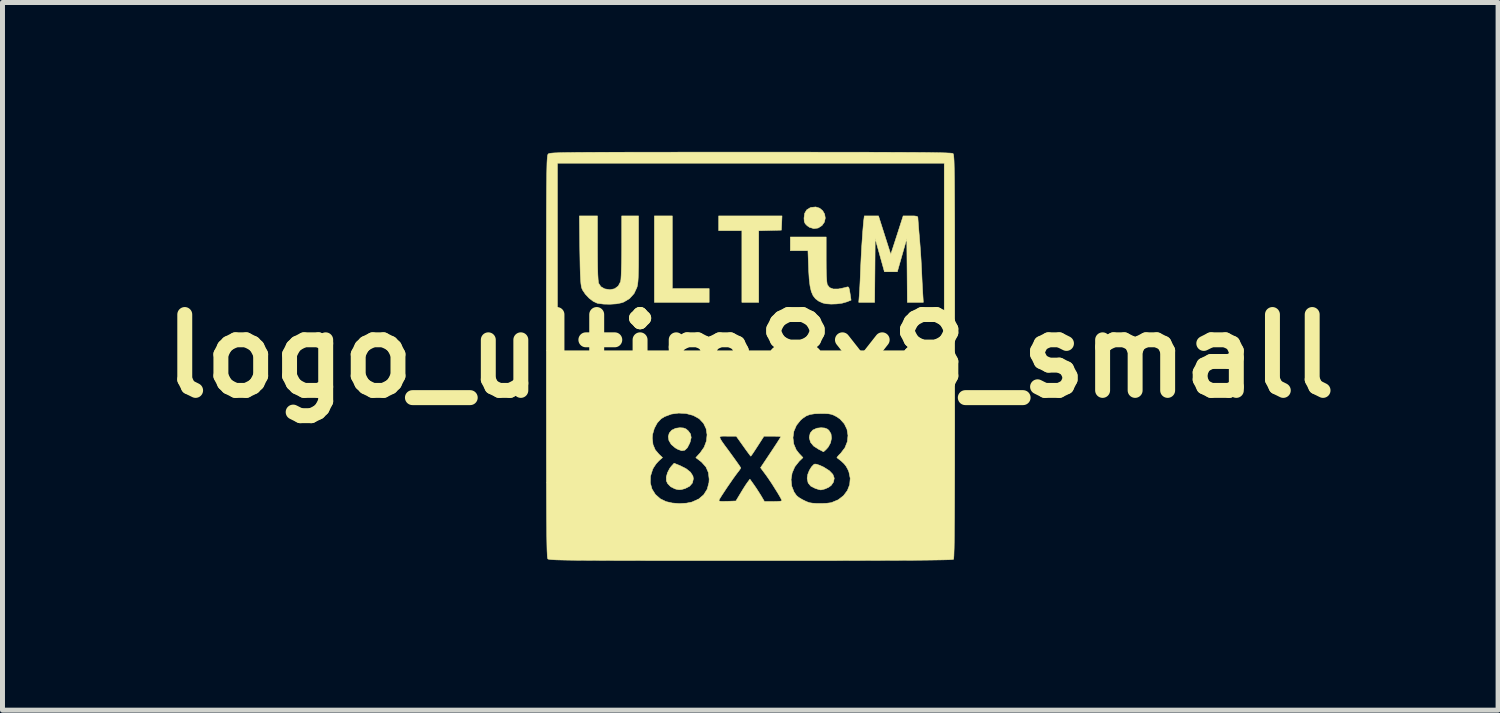
<source format=kicad_pcb>
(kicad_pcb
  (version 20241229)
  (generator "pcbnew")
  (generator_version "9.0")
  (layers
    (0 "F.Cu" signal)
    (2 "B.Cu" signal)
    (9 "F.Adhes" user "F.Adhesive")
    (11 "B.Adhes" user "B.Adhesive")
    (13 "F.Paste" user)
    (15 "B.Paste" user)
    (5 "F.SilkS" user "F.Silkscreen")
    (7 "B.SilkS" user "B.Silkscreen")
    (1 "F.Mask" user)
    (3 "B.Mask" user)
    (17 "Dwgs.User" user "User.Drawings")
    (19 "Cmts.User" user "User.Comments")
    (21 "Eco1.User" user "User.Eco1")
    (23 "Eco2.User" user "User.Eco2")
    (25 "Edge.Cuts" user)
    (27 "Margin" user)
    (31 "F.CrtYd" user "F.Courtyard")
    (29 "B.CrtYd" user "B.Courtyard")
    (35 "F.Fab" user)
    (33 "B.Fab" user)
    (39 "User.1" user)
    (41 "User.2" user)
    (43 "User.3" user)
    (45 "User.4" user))
  (footprint "logo_ultim8x8_small"
    (layer "F.Cu")
    (at 12.018 4.101)
    (property "Reference" "logo_ultim8x8_small" (at 0 0 0) (layer "F.SilkS") (effects (font (size 1.524 1.524) (thickness 0.3))))
    (attr through_hole)
    (fp_poly (pts (xy -1.566 -1.355) (xy -0.826 -1.355) (xy -0.826 -1.079) (xy -1.926 -1.079) (xy -1.926 -2.815) (xy -1.566 -2.815) (xy -1.566 -1.355)) (stroke (width 0.01) (type solid)) (fill yes) (layer "F.SilkS"))
    (fp_poly (pts (xy 0.631 -2.672) (xy 0.624 -2.529) (xy 0.169 -2.517) (xy 0.169 -1.079) (xy -0.169 -1.079) (xy -0.169 -2.519) (xy -0.635 -2.519) (xy -0.635 -2.815) (xy 0.637 -2.815) (xy 0.631 -2.672)) (stroke (width 0.01) (type solid)) (fill yes) (layer "F.SilkS"))
    (fp_poly (pts (xy 1.393 -2.97) (xy 1.454 -2.919) (xy 1.493 -2.851) (xy 1.506 -2.772) (xy 1.489 -2.692) (xy 1.441 -2.623) (xy 1.363 -2.572) (xy 1.276 -2.56) (xy 1.189 -2.586) (xy 1.145 -2.616) (xy 1.103 -2.658) (xy 1.084 -2.703) (xy 1.079 -2.77) (xy 1.092 -2.867) (xy 1.132 -2.935) (xy 1.202 -2.979) (xy 1.225 -2.986) (xy 1.315 -2.995) (xy 1.393 -2.97)) (stroke (width 0.01) (type solid)) (fill yes) (layer "F.SilkS"))
    (fp_poly (pts (xy 1.495 1.445) (xy 1.546 1.465) (xy 1.578 1.491) (xy 1.621 1.562) (xy 1.631 1.648) (xy 1.612 1.741) (xy 1.564 1.829) (xy 1.521 1.877) (xy 1.471 1.922) (xy 1.373 1.872) (xy 1.271 1.806) (xy 1.21 1.731) (xy 1.186 1.645) (xy 1.185 1.629) (xy 1.204 1.546) (xy 1.256 1.485) (xy 1.339 1.448) (xy 1.421 1.439) (xy 1.495 1.445)) (stroke (width 0.01) (type solid)) (fill yes) (layer "F.SilkS"))
    (fp_poly (pts (xy -1.342 1.444) (xy -1.292 1.463) (xy -1.247 1.501) (xy -1.2 1.565) (xy -1.187 1.636) (xy -1.207 1.723) (xy -1.218 1.751) (xy -1.264 1.841) (xy -1.315 1.89) (xy -1.375 1.901) (xy -1.451 1.875) (xy -1.507 1.843) (xy -1.588 1.774) (xy -1.634 1.696) (xy -1.647 1.618) (xy -1.627 1.546) (xy -1.577 1.488) (xy -1.498 1.45) (xy -1.414 1.439) (xy -1.342 1.444)) (stroke (width 0.01) (type solid)) (fill yes) (layer "F.SilkS"))
    (fp_poly (pts (xy -1.409 2.201) (xy -1.287 2.263) (xy -1.2 2.333) (xy -1.152 2.41) (xy -1.143 2.464) (xy -1.162 2.548) (xy -1.219 2.614) (xy -1.309 2.66) (xy -1.326 2.665) (xy -1.388 2.681) (xy -1.431 2.684) (xy -1.478 2.676) (xy -1.514 2.666) (xy -1.597 2.625) (xy -1.659 2.562) (xy -1.685 2.506) (xy -1.687 2.429) (xy -1.662 2.34) (xy -1.617 2.254) (xy -1.59 2.218) (xy -1.53 2.152) (xy -1.409 2.201)) (stroke (width 0.01) (type solid)) (fill yes) (layer "F.SilkS"))
    (fp_poly (pts (xy 1.332 2.172) (xy 1.395 2.194) (xy 1.472 2.229) (xy 1.48 2.234) (xy 1.59 2.304) (xy 1.659 2.377) (xy 1.686 2.453) (xy 1.671 2.53) (xy 1.624 2.598) (xy 1.572 2.636) (xy 1.5 2.668) (xy 1.429 2.686) (xy 1.408 2.687) (xy 1.376 2.68) (xy 1.322 2.663) (xy 1.302 2.656) (xy 1.214 2.611) (xy 1.162 2.548) (xy 1.143 2.462) (xy 1.143 2.447) (xy 1.155 2.374) (xy 1.186 2.296) (xy 1.228 2.227) (xy 1.274 2.179) (xy 1.296 2.168) (xy 1.332 2.172)) (stroke (width 0.01) (type solid)) (fill yes) (layer "F.SilkS"))
    (fp_poly (pts (xy 1.524 -1.938) (xy 1.525 -1.753) (xy 1.529 -1.608) (xy 1.536 -1.505) (xy 1.544 -1.443) (xy 1.549 -1.43) (xy 1.593 -1.375) (xy 1.665 -1.347) (xy 1.766 -1.347) (xy 1.897 -1.374) (xy 1.938 -1.386) (xy 1.962 -1.39) (xy 1.978 -1.377) (xy 1.99 -1.338) (xy 2.002 -1.267) (xy 2.003 -1.262) (xy 2.024 -1.123) (xy 1.938 -1.089) (xy 1.848 -1.063) (xy 1.739 -1.048) (xy 1.624 -1.044) (xy 1.521 -1.051) (xy 1.453 -1.067) (xy 1.373 -1.104) (xy 1.31 -1.151) (xy 1.261 -1.214) (xy 1.225 -1.297) (xy 1.2 -1.407) (xy 1.183 -1.547) (xy 1.172 -1.724) (xy 1.171 -1.762) (xy 1.158 -2.117) (xy 0.804 -2.117) (xy 0.804 -2.392) (xy 1.524 -2.392) (xy 1.524 -1.938)) (stroke (width 0.01) (type solid)) (fill yes) (layer "F.SilkS"))
    (fp_poly (pts (xy 2.698 -2.429) (xy 2.821 -2.043) (xy 2.946 -2.429) (xy 3.07 -2.815) (xy 3.218 -2.815) (xy 3.296 -2.814) (xy 3.341 -2.808) (xy 3.362 -2.796) (xy 3.366 -2.778) (xy 3.368 -2.745) (xy 3.373 -2.678) (xy 3.38 -2.585) (xy 3.389 -2.473) (xy 3.396 -2.392) (xy 3.408 -2.245) (xy 3.42 -2.084) (xy 3.43 -1.926) (xy 3.437 -1.789) (xy 3.439 -1.757) (xy 3.445 -1.628) (xy 3.451 -1.493) (xy 3.458 -1.368) (xy 3.463 -1.275) (xy 3.475 -1.079) (xy 3.154 -1.079) (xy 3.149 -1.719) (xy 3.143 -2.358) (xy 3.048 -2.026) (xy 2.953 -1.693) (xy 2.823 -1.693) (xy 2.694 -1.693) (xy 2.508 -2.36) (xy 2.503 -1.72) (xy 2.497 -1.079) (xy 2.178 -1.079) (xy 2.189 -1.222) (xy 2.194 -1.297) (xy 2.2 -1.401) (xy 2.206 -1.523) (xy 2.211 -1.649) (xy 2.212 -1.683) (xy 2.219 -1.839) (xy 2.227 -2.005) (xy 2.236 -2.173) (xy 2.247 -2.335) (xy 2.257 -2.482) (xy 2.267 -2.605) (xy 2.275 -2.697) (xy 2.277 -2.715) (xy 2.29 -2.815) (xy 2.575 -2.815) (xy 2.698 -2.429)) (stroke (width 0.01) (type solid)) (fill yes) (layer "F.SilkS"))
    (fp_poly (pts (xy -3.069 -2.173) (xy -3.068 -1.96) (xy -3.066 -1.782) (xy -3.062 -1.641) (xy -3.056 -1.539) (xy -3.049 -1.477) (xy -3.046 -1.463) (xy -3.001 -1.394) (xy -2.925 -1.35) (xy -2.824 -1.334) (xy -2.819 -1.333) (xy -2.725 -1.352) (xy -2.652 -1.406) (xy -2.607 -1.491) (xy -2.604 -1.499) (xy -2.598 -1.542) (xy -2.593 -1.622) (xy -2.589 -1.734) (xy -2.585 -1.873) (xy -2.583 -2.034) (xy -2.582 -2.196) (xy -2.582 -2.815) (xy -2.244 -2.815) (xy -2.244 -2.152) (xy -2.244 -1.956) (xy -2.245 -1.798) (xy -2.248 -1.671) (xy -2.251 -1.573) (xy -2.256 -1.498) (xy -2.263 -1.44) (xy -2.272 -1.396) (xy -2.277 -1.379) (xy -2.334 -1.256) (xy -2.424 -1.156) (xy -2.54 -1.086) (xy -2.585 -1.07) (xy -2.691 -1.049) (xy -2.819 -1.041) (xy -2.948 -1.044) (xy -3.061 -1.059) (xy -3.079 -1.064) (xy -3.155 -1.1) (xy -3.237 -1.163) (xy -3.312 -1.243) (xy -3.368 -1.326) (xy -3.385 -1.365) (xy -3.394 -1.403) (xy -3.402 -1.46) (xy -3.408 -1.543) (xy -3.414 -1.653) (xy -3.418 -1.796) (xy -3.421 -1.974) (xy -3.424 -2.133) (xy -3.432 -2.815) (xy -3.069 -2.815) (xy -3.069 -2.173)) (stroke (width 0.01) (type solid)) (fill yes) (layer "F.SilkS"))
    (fp_poly (pts (xy 0.503 -4.096) (xy 0.957 -4.096) (xy 1.372 -4.095) (xy 1.75 -4.095) (xy 2.092 -4.095) (xy 2.4 -4.094) (xy 2.676 -4.093) (xy 2.921 -4.092) (xy 3.137 -4.091) (xy 3.326 -4.09) (xy 3.489 -4.089) (xy 3.628 -4.087) (xy 3.744 -4.085) (xy 3.84 -4.083) (xy 3.917 -4.081) (xy 3.976 -4.078) (xy 4.019 -4.076) (xy 4.049 -4.073) (xy 4.066 -4.069) (xy 4.071 -4.067) (xy 4.076 -4.061) (xy 4.079 -4.05) (xy 4.083 -4.032) (xy 4.086 -4.005) (xy 4.089 -3.968) (xy 4.092 -3.918) (xy 4.094 -3.855) (xy 4.096 -3.775) (xy 4.098 -3.678) (xy 4.1 -3.561) (xy 4.101 -3.424) (xy 4.102 -3.263) (xy 4.103 -3.078) (xy 4.104 -2.867) (xy 4.105 -2.627) (xy 4.105 -2.357) (xy 4.106 -2.056) (xy 4.106 -1.721) (xy 4.106 -1.351) (xy 4.106 -0.944) (xy 4.106 -0.498) (xy 4.106 -0.012) (xy 4.106 0.009) (xy 4.106 0.52) (xy 4.106 0.989) (xy 4.106 1.42) (xy 4.105 1.812) (xy 4.105 2.167) (xy 4.104 2.487) (xy 4.103 2.773) (xy 4.102 3.027) (xy 4.101 3.249) (xy 4.099 3.442) (xy 4.098 3.606) (xy 4.096 3.744) (xy 4.094 3.856) (xy 4.091 3.943) (xy 4.089 4.008) (xy 4.086 4.052) (xy 4.083 4.076) (xy 4.081 4.081) (xy 4.069 4.084) (xy 4.037 4.087) (xy 3.985 4.09) (xy 3.911 4.092) (xy 3.814 4.094) (xy 3.692 4.096) (xy 3.544 4.098) (xy 3.369 4.1) (xy 3.164 4.101) (xy 2.929 4.102) (xy 2.663 4.103) (xy 2.364 4.104) (xy 2.03 4.105) (xy 1.66 4.106) (xy 1.253 4.106) (xy 0.807 4.106) (xy 0.321 4.106) (xy 0.009 4.106) (xy -0.479 4.106) (xy -0.926 4.106) (xy -1.335 4.106) (xy -1.706 4.106) (xy -2.043 4.106) (xy -2.345 4.105) (xy -2.616 4.105) (xy -2.857 4.104) (xy -3.07 4.103) (xy -3.256 4.102) (xy -3.418 4.101) (xy -3.556 4.1) (xy -3.673 4.098) (xy -3.771 4.096) (xy -3.852 4.094) (xy -3.916 4.092) (xy -3.966 4.089) (xy -4.004 4.086) (xy -4.031 4.083) (xy -4.049 4.08) (xy -4.061 4.076) (xy -4.067 4.072) (xy -4.067 4.071) (xy -4.07 4.062) (xy -4.074 4.041) (xy -4.077 4.007) (xy -4.079 3.959) (xy -4.082 3.894) (xy -4.084 3.811) (xy -4.086 3.709) (xy -4.088 3.586) (xy -4.089 3.439) (xy -4.091 3.268) (xy -4.092 3.071) (xy -4.093 2.846) (xy -4.094 2.591) (xy -4.094 2.546) (xy -2.008 2.546) (xy -1.974 2.67) (xy -1.906 2.779) (xy -1.806 2.867) (xy -1.69 2.923) (xy -1.567 2.951) (xy -1.425 2.962) (xy -1.283 2.954) (xy -1.173 2.932) (xy -1.115 2.906) (xy -0.628 2.906) (xy -0.61 2.915) (xy -0.565 2.919) (xy -0.487 2.917) (xy -0.465 2.917) (xy -0.289 2.91) (xy -0.192 2.749) (xy -0.143 2.668) (xy -0.096 2.594) (xy -0.059 2.54) (xy -0.051 2.53) (xy -0.008 2.472) (xy 0.066 2.575) (xy 0.119 2.652) (xy 0.177 2.742) (xy 0.213 2.799) (xy 0.285 2.921) (xy 0.46 2.921) (xy 0.54 2.919) (xy 0.601 2.915) (xy 0.633 2.908) (xy 0.635 2.905) (xy 0.624 2.877) (xy 0.594 2.822) (xy 0.55 2.747) (xy 0.496 2.661) (xy 0.439 2.57) (xy 0.381 2.483) (xy 0.379 2.48) (xy 0.819 2.48) (xy 0.832 2.611) (xy 0.879 2.731) (xy 0.929 2.802) (xy 0.975 2.84) (xy 1.047 2.883) (xy 1.127 2.922) (xy 1.185 2.944) (xy 1.248 2.954) (xy 1.337 2.96) (xy 1.438 2.96) (xy 1.535 2.956) (xy 1.613 2.946) (xy 1.634 2.941) (xy 1.766 2.886) (xy 1.873 2.803) (xy 1.95 2.7) (xy 1.996 2.582) (xy 2.007 2.455) (xy 1.98 2.325) (xy 1.96 2.278) (xy 1.925 2.214) (xy 1.884 2.162) (xy 1.827 2.108) (xy 1.744 2.044) (xy 1.739 2.041) (xy 1.749 2.024) (xy 1.781 1.987) (xy 1.818 1.95) (xy 1.901 1.84) (xy 1.949 1.719) (xy 1.962 1.594) (xy 1.942 1.471) (xy 1.888 1.359) (xy 1.802 1.264) (xy 1.732 1.216) (xy 1.674 1.186) (xy 1.623 1.168) (xy 1.566 1.158) (xy 1.49 1.154) (xy 1.418 1.154) (xy 1.294 1.158) (xy 1.199 1.173) (xy 1.122 1.203) (xy 1.05 1.252) (xy 1.009 1.288) (xy 0.926 1.392) (xy 0.875 1.511) (xy 0.857 1.639) (xy 0.873 1.766) (xy 0.922 1.882) (xy 0.976 1.952) (xy 1.058 2.039) (xy 0.981 2.113) (xy 0.894 2.223) (xy 0.84 2.348) (xy 0.819 2.48) (xy 0.379 2.48) (xy 0.329 2.408) (xy 0.313 2.386) (xy 0.206 2.242) (xy 0.41 1.936) (xy 0.476 1.836) (xy 0.534 1.748) (xy 0.578 1.679) (xy 0.606 1.634) (xy 0.614 1.619) (xy 0.594 1.614) (xy 0.543 1.611) (xy 0.468 1.609) (xy 0.444 1.609) (xy 0.275 1.609) (xy 0.146 1.81) (xy 0.094 1.89) (xy 0.051 1.955) (xy 0.021 1.997) (xy 0.01 2.011) (xy -0.004 1.995) (xy -0.037 1.951) (xy -0.085 1.886) (xy -0.139 1.81) (xy -0.282 1.609) (xy -0.459 1.609) (xy -0.525 1.608) (xy -0.572 1.609) (xy -0.602 1.615) (xy -0.612 1.632) (xy -0.601 1.664) (xy -0.57 1.715) (xy -0.517 1.79) (xy -0.441 1.892) (xy -0.393 1.958) (xy -0.325 2.052) (xy -0.267 2.133) (xy -0.222 2.197) (xy -0.196 2.236) (xy -0.191 2.246) (xy -0.203 2.269) (xy -0.234 2.312) (xy -0.257 2.341) (xy -0.296 2.393) (xy -0.348 2.465) (xy -0.407 2.551) (xy -0.469 2.641) (xy -0.527 2.729) (xy -0.577 2.805) (xy -0.612 2.862) (xy -0.628 2.891) (xy -0.628 2.906) (xy -1.115 2.906) (xy -1.039 2.873) (xy -0.936 2.786) (xy -0.865 2.673) (xy -0.83 2.54) (xy -0.826 2.472) (xy -0.842 2.338) (xy -0.891 2.226) (xy -0.978 2.129) (xy -1.007 2.106) (xy -1.094 2.04) (xy -1.006 1.943) (xy -0.927 1.83) (xy -0.881 1.707) (xy -0.868 1.58) (xy -0.887 1.459) (xy -0.939 1.35) (xy -1.023 1.261) (xy -1.023 1.26) (xy -1.145 1.192) (xy -1.287 1.154) (xy -1.437 1.145) (xy -1.585 1.165) (xy -1.721 1.216) (xy -1.792 1.26) (xy -1.868 1.342) (xy -1.927 1.451) (xy -1.962 1.572) (xy -1.968 1.646) (xy -1.954 1.776) (xy -1.909 1.883) (xy -1.836 1.969) (xy -1.763 2.039) (xy -1.837 2.104) (xy -1.891 2.163) (xy -1.942 2.239) (xy -1.961 2.275) (xy -2.004 2.412) (xy -2.008 2.546) (xy -4.094 2.546) (xy -4.094 2.305) (xy -4.095 1.986) (xy -4.095 1.633) (xy -4.095 1.243) (xy -4.096 0.816) (xy -4.096 0.349) (xy -4.096 0.008) (xy -4.096 -0.478) (xy -4.096 -0.923) (xy -4.096 -1.329) (xy -4.095 -1.698) (xy -4.095 -2.032) (xy -4.095 -2.333) (xy -4.094 -2.602) (xy -4.094 -2.841) (xy -4.093 -3.053) (xy -4.092 -3.237) (xy -4.091 -3.398) (xy -4.089 -3.535) (xy -4.088 -3.652) (xy -4.086 -3.75) (xy -4.084 -3.83) (xy -4.083 -3.873) (xy -3.873 -3.873) (xy -3.873 -0.106) (xy 3.895 -0.106) (xy 3.895 -3.873) (xy -3.873 -3.873) (xy -4.083 -3.873) (xy -4.082 -3.894) (xy -4.079 -3.945) (xy -4.076 -3.984) (xy -4.073 -4.012) (xy -4.07 -4.032) (xy -4.066 -4.045) (xy -4.061 -4.054) (xy -4.058 -4.058) (xy -4.052 -4.063) (xy -4.042 -4.067) (xy -4.028 -4.07) (xy -4.006 -4.074) (xy -3.975 -4.077) (xy -3.933 -4.08) (xy -3.879 -4.082) (xy -3.81 -4.085) (xy -3.726 -4.087) (xy -3.623 -4.088) (xy -3.501 -4.09) (xy -3.358 -4.091) (xy -3.191 -4.092) (xy -3 -4.093) (xy -2.781 -4.094) (xy -2.535 -4.094) (xy -2.257 -4.095) (xy -1.948 -4.095) (xy -1.605 -4.095) (xy -1.226 -4.096) (xy -0.81 -4.096) (xy -0.354 -4.096) (xy 0.008 -4.096) (xy 0.503 -4.096)) (stroke (width 0.01) (type solid)) (fill yes) (layer "F.SilkS")))
  (gr_rect
    (start -3 -3)
    (end 27.036 11.212)
    (stroke (width 0.1) (type default))
    (fill no)
    (layer "Edge.Cuts")))
</source>
